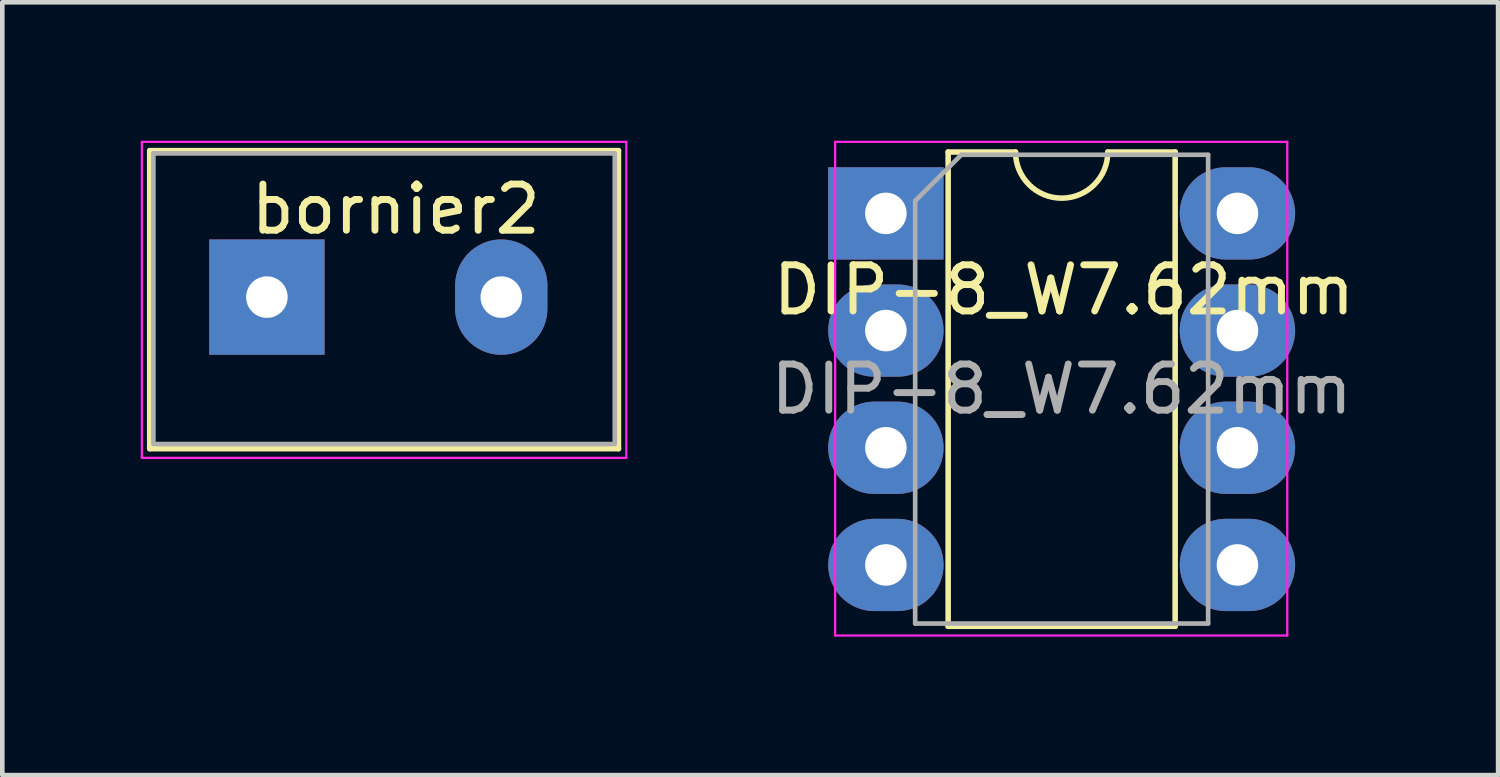
<source format=kicad_pcb>
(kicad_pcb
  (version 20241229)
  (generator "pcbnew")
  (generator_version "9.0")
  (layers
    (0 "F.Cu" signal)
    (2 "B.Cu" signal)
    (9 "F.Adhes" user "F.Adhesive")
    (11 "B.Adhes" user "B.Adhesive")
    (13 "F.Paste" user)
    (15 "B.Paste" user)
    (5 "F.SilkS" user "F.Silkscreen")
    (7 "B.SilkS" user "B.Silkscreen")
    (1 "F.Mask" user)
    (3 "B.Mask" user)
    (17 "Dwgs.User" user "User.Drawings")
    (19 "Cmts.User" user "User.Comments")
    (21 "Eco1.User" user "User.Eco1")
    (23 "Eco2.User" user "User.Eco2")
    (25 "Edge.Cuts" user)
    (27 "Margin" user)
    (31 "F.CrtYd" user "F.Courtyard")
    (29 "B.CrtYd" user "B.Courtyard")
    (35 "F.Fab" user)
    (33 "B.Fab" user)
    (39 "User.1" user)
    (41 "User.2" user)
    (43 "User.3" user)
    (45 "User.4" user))
  (footprint "bornier2"
    (layer "F.Cu")
    (at 2.735 4.025)
    (property "Reference" "bornier2" (at 2.794 -2.54 0) (layer "F.SilkS") (effects (font (size 1 1) (thickness 0.15))))
    (attr through_hole)
    (fp_line (start -2.54 -3.81) (end -2.54 2.65) (stroke (width 0.12) (type solid)) (layer "F.SilkS"))
    (fp_line (start -2.54 2.65) (end 7.62 2.65) (stroke (width 0.12) (type solid)) (layer "F.SilkS"))
    (fp_line (start 7.62 -3.81) (end -2.54 -3.81) (stroke (width 0.12) (type solid)) (layer "F.SilkS"))
    (fp_line (start 7.62 2.65) (end 7.62 -3.81) (stroke (width 0.12) (type solid)) (layer "F.SilkS"))
    (fp_line (start -2.71 -4) (end -2.71 2.85) (stroke (width 0.05) (type solid)) (layer "F.CrtYd"))
    (fp_line (start -2.71 -4) (end 7.79 -4) (stroke (width 0.05) (type solid)) (layer "F.CrtYd"))
    (fp_line (start 7.79 2.85) (end -2.71 2.85) (stroke (width 0.05) (type solid)) (layer "F.CrtYd"))
    (fp_line (start 7.79 2.85) (end 7.79 -4) (stroke (width 0.05) (type solid)) (layer "F.CrtYd"))
    (fp_line (start -2.46 -3.75) (end -2.46 2.55) (stroke (width 0.1) (type solid)) (layer "F.Fab"))
    (fp_line (start -2.41 2.55) (end 7.49 2.55) (stroke (width 0.1) (type solid)) (layer "F.Fab"))
    (fp_line (start 7.54 -3.75) (end -2.46 -3.75) (stroke (width 0.1) (type solid)) (layer "F.Fab"))
    (fp_line (start 7.54 2.55) (end 7.54 -3.75) (stroke (width 0.1) (type solid)) (layer "F.Fab"))
    (pad "1" thru_hole rect (at 0 -0.635) (size 2.5 2.5) (drill 0.9) (layers "*.Cu" "*.Mask"))
    (pad "2" thru_hole oval (at 5.08 -0.635) (size 2 2.5) (drill 0.9) (layers "*.Cu" "*.Mask")))
  (footprint "DIP-8_W7.62mm"
    (layer "F.Cu")
    (at 16.151 1.575)
    (property "Reference" "DIP-8_W7.62mm" (at 3.86 1.66 0) (layer "F.SilkS") (effects (font (size 1 1) (thickness 0.15))))
    (attr through_hole)
    (fp_line (start 1.35 -1.33) (end 1.35 8.95) (stroke (width 0.12) (type solid)) (layer "F.SilkS"))
    (fp_line (start 1.35 8.95) (end 6.27 8.95) (stroke (width 0.12) (type solid)) (layer "F.SilkS"))
    (fp_line (start 2.81 -1.33) (end 1.35 -1.33) (stroke (width 0.12) (type solid)) (layer "F.SilkS"))
    (fp_line (start 6.27 -1.33) (end 4.81 -1.33) (stroke (width 0.12) (type solid)) (layer "F.SilkS"))
    (fp_line (start 6.27 8.95) (end 6.27 -1.33) (stroke (width 0.12) (type solid)) (layer "F.SilkS"))
    (fp_arc (start 4.81 -1.33) (mid 3.81 -0.33) (end 2.81 -1.33) (stroke (width 0.12) (type solid)) (layer "F.SilkS"))
    (fp_line (start -1.1 -1.55) (end -1.1 9.15) (stroke (width 0.05) (type solid)) (layer "F.CrtYd"))
    (fp_line (start -1.1 9.15) (end 8.7 9.15) (stroke (width 0.05) (type solid)) (layer "F.CrtYd"))
    (fp_line (start 8.7 -1.55) (end -1.1 -1.55) (stroke (width 0.05) (type solid)) (layer "F.CrtYd"))
    (fp_line (start 8.7 9.15) (end 8.7 -1.55) (stroke (width 0.05) (type solid)) (layer "F.CrtYd"))
    (fp_line (start 0.635 -0.27) (end 1.635 -1.27) (stroke (width 0.1) (type solid)) (layer "F.Fab"))
    (fp_line (start 0.635 8.89) (end 0.635 -0.27) (stroke (width 0.1) (type solid)) (layer "F.Fab"))
    (fp_line (start 1.635 -1.27) (end 6.985 -1.27) (stroke (width 0.1) (type solid)) (layer "F.Fab"))
    (fp_line (start 6.985 -1.27) (end 6.985 8.89) (stroke (width 0.1) (type solid)) (layer "F.Fab"))
    (fp_line (start 6.985 8.89) (end 0.635 8.89) (stroke (width 0.1) (type solid)) (layer "F.Fab"))
    (fp_text user "${REFERENCE}" (at 3.81 3.81 0) (layer "F.Fab") (effects (font (size 1 1) (thickness 0.15))))
    (pad "1" thru_hole rect (at 0 0) (size 2.5 2) (drill 0.9) (layers "*.Cu" "*.Mask"))
    (pad "2" thru_hole oval (at 0 2.54) (size 2.5 2) (drill 0.9) (layers "*.Cu" "*.Mask"))
    (pad "3" thru_hole oval (at 0 5.08) (size 2.5 2) (drill 0.9) (layers "*.Cu" "*.Mask"))
    (pad "4" thru_hole oval (at 0 7.62) (size 2.5 2) (drill 0.9) (layers "*.Cu" "*.Mask"))
    (pad "5" thru_hole oval (at 7.62 7.62) (size 2.5 2) (drill 0.9) (layers "*.Cu" "*.Mask"))
    (pad "6" thru_hole oval (at 7.62 5.08) (size 2.5 2) (drill 0.9) (layers "*.Cu" "*.Mask"))
    (pad "7" thru_hole oval (at 7.62 2.54) (size 2.5 2) (drill 0.9) (layers "*.Cu" "*.Mask"))
    (pad "8" thru_hole oval (at 7.62 0) (size 2.5 2) (drill 0.9) (layers "*.Cu" "*.Mask")))
  (gr_rect
    (start -3 -3)
    (end 29.421 13.75)
    (stroke (width 0.1) (type default))
    (fill no)
    (layer "Edge.Cuts")))
</source>
